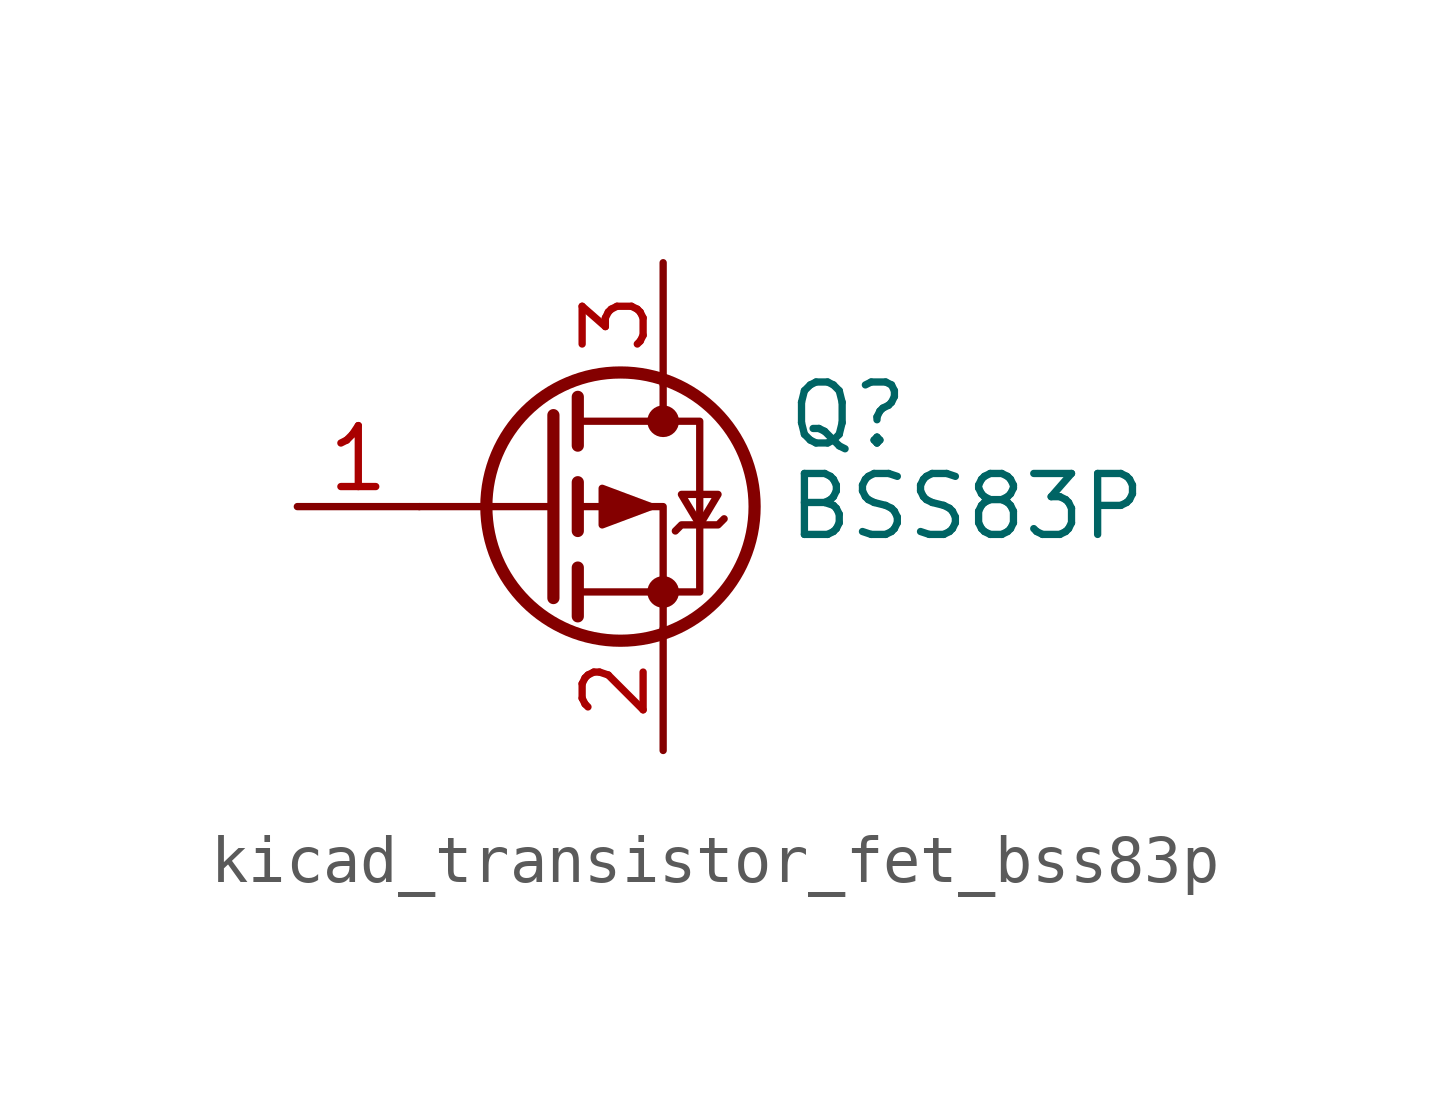
<source format=kicad_sym>
(kicad_symbol_lib
  (version 20220914)
  (generator kicad_symbol_editor)
  (symbol "kicad_transistor_fet_bss83p"
    (pin_names hide)
    (property "Reference" "Q"
      (at 5.08 1.905 0)
      (effects (font (size 1.27 1.27)) (justify left)))
    (property "Value" "BSS83P"
      (at 5.08 0 0)
      (effects (font (size 1.27 1.27)) (justify left)))
    (symbol "kicad_transistor_fet_bss83p_0_1"
      (polyline (pts (xy 0.254 0) (xy -2.54 0)) (stroke (width 0) (type default)) (fill (type none)))
      (polyline (pts (xy 0.254 1.905) (xy 0.254 -1.905)) (stroke (width 0.254) (type default)) (fill (type none)))
      (polyline (pts (xy 0.762 -1.27) (xy 0.762 -2.286)) (stroke (width 0.254) (type default)) (fill (type none)))
      (polyline (pts (xy 0.762 0.508) (xy 0.762 -0.508)) (stroke (width 0.254) (type default)) (fill (type none)))
      (polyline (pts (xy 0.762 2.286) (xy 0.762 1.27)) (stroke (width 0.254) (type default)) (fill (type none)))
      (polyline (pts (xy 2.54 2.54) (xy 2.54 1.778)) (stroke (width 0) (type default)) (fill (type none)))
      (polyline (pts (xy 2.54 -2.54) (xy 2.54 0) (xy 0.762 0)) (stroke (width 0) (type default)) (fill (type none)))
      (polyline (pts (xy 0.762 1.778) (xy 3.302 1.778) (xy 3.302 -1.778) (xy 0.762 -1.778)) (stroke (width 0) (type default)) (fill (type none)))
      (polyline (pts (xy 2.286 0) (xy 1.27 0.381) (xy 1.27 -0.381) (xy 2.286 0)) (stroke (width 0) (type default)) (fill (type outline)))
      (polyline (pts (xy 2.794 -0.508) (xy 2.921 -0.381) (xy 3.683 -0.381) (xy 3.81 -0.254)) (stroke (width 0) (type default)) (fill (type none)))
      (polyline (pts (xy 3.302 -0.381) (xy 2.921 0.254) (xy 3.683 0.254) (xy 3.302 -0.381)) (stroke (width 0) (type default)) (fill (type none)))
      (circle (center 1.651 0) (radius 2.794) (stroke (width 0.254) (type default)) (fill (type none)))
      (circle (center 2.54 -1.778) (radius 0.254) (stroke (width 0) (type default)) (fill (type outline)))
      (circle (center 2.54 1.778) (radius 0.254) (stroke (width 0) (type default)) (fill (type outline))))
    (symbol "kicad_transistor_fet_bss83p_1_1"
      (pin input line (at -5.08 0 0) (length 2.54) (name "G" (effects (font (size 1.27 1.27)))) (number "1" (effects (font (size 1.27 1.27)))))
      (pin passive line (at 2.54 -5.08 90) (length 2.54) (name "S" (effects (font (size 1.27 1.27)))) (number "2" (effects (font (size 1.27 1.27)))))
      (pin passive line (at 2.54 5.08 270) (length 2.54) (name "D" (effects (font (size 1.27 1.27)))) (number "3" (effects (font (size 1.27 1.27))))))))
</source>
